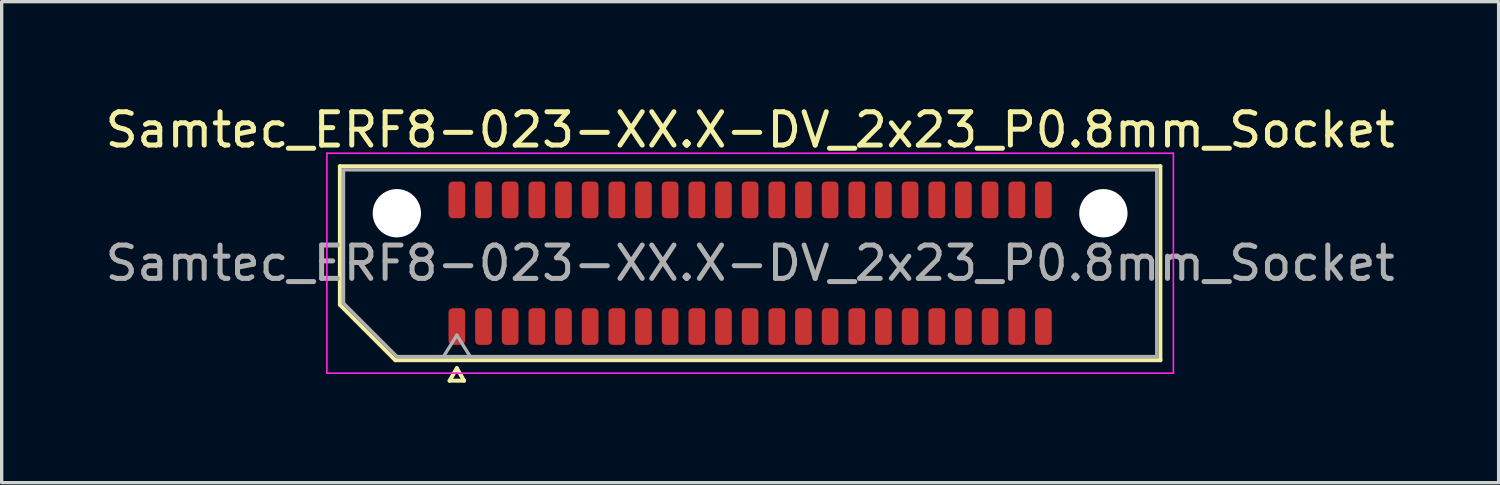
<source format=kicad_pcb>
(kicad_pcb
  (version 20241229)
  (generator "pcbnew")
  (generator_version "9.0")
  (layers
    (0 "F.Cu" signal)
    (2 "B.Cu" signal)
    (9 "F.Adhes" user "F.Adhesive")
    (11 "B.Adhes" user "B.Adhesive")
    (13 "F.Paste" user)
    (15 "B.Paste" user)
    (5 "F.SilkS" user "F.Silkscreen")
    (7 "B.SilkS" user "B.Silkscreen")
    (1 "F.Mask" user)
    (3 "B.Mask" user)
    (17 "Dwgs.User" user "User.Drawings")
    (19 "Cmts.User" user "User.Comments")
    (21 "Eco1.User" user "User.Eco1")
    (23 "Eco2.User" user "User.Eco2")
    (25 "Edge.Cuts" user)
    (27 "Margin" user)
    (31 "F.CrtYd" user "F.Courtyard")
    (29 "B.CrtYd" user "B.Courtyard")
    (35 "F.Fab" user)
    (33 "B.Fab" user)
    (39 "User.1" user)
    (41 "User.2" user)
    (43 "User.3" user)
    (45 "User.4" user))
  (footprint "Samtec_ERF8-023-XX.X-DV_2x23_P0.8mm_Socket"
    (layer "F.Cu")
    (at 19.458 4.848)
    (property "Reference" "Samtec_ERF8-023-XX.X-DV_2x23_P0.8mm_Socket" (at 0 -4 0) (layer "F.SilkS") (effects (font (size 1 1) (thickness 0.15))))
    (attr smd)
    (fp_line (start -12.31 -2.91) (end 12.31 -2.91) (stroke (width 0.12) (type solid)) (layer "F.SilkS"))
    (fp_line (start -12.31 1.246) (end -12.31 -2.91) (stroke (width 0.12) (type solid)) (layer "F.SilkS"))
    (fp_line (start -10.646 2.91) (end -12.31 1.246) (stroke (width 0.12) (type solid)) (layer "F.SilkS"))
    (fp_line (start -9.017 3.525) (end -8.8 3.15) (stroke (width 0.12) (type solid)) (layer "F.SilkS"))
    (fp_line (start -8.8 3.15) (end -8.583 3.525) (stroke (width 0.12) (type solid)) (layer "F.SilkS"))
    (fp_line (start -8.583 3.525) (end -9.017 3.525) (stroke (width 0.12) (type solid)) (layer "F.SilkS"))
    (fp_line (start 12.31 -2.91) (end 12.31 2.91) (stroke (width 0.12) (type solid)) (layer "F.SilkS"))
    (fp_line (start 12.31 2.91) (end -10.646 2.91) (stroke (width 0.12) (type solid)) (layer "F.SilkS"))
    (fp_line (start -12.7 -3.3) (end -12.7 3.3) (stroke (width 0.05) (type solid)) (layer "F.CrtYd"))
    (fp_line (start -12.7 3.3) (end 12.7 3.3) (stroke (width 0.05) (type solid)) (layer "F.CrtYd"))
    (fp_line (start 12.7 -3.3) (end -12.7 -3.3) (stroke (width 0.05) (type solid)) (layer "F.CrtYd"))
    (fp_line (start 12.7 3.3) (end 12.7 -3.3) (stroke (width 0.05) (type solid)) (layer "F.CrtYd"))
    (fp_line (start -12.2 -2.8) (end 12.2 -2.8) (stroke (width 0.1) (type solid)) (layer "F.Fab"))
    (fp_line (start -12.2 1.2) (end -12.2 -2.8) (stroke (width 0.1) (type solid)) (layer "F.Fab"))
    (fp_line (start -10.6 2.8) (end -12.2 1.2) (stroke (width 0.1) (type solid)) (layer "F.Fab"))
    (fp_line (start -9.2 2.8) (end -8.8 2.16) (stroke (width 0.1) (type solid)) (layer "F.Fab"))
    (fp_line (start -8.8 2.16) (end -8.4 2.8) (stroke (width 0.1) (type solid)) (layer "F.Fab"))
    (fp_line (start 12.2 -2.8) (end 12.2 2.8) (stroke (width 0.1) (type solid)) (layer "F.Fab"))
    (fp_line (start 12.2 2.8) (end -10.6 2.8) (stroke (width 0.1) (type solid)) (layer "F.Fab"))
    (fp_text user "${REFERENCE}" (at 0 0 0) (layer "F.Fab") (effects (font (size 1 1) (thickness 0.15))))
    (pad "" np_thru_hole circle (at -10.6 -1.5) (size 1.45 1.45) (drill 1.45) (layers "*.Cu" "*.Mask"))
    (pad "" np_thru_hole circle (at 10.6 -1.5) (size 1.45 1.45) (drill 1.45) (layers "*.Cu" "*.Mask"))
    (pad "1" smd roundrect (at -8.8 1.9) (size 0.5 1.1) (layers "F.Cu" "F.Mask" "F.Paste") (roundrect_rratio 0.25))
    (pad "2" smd roundrect (at -8.8 -1.9) (size 0.5 1.1) (layers "F.Cu" "F.Mask" "F.Paste") (roundrect_rratio 0.25))
    (pad "3" smd roundrect (at -8 1.9) (size 0.5 1.1) (layers "F.Cu" "F.Mask" "F.Paste") (roundrect_rratio 0.25))
    (pad "4" smd roundrect (at -8 -1.9) (size 0.5 1.1) (layers "F.Cu" "F.Mask" "F.Paste") (roundrect_rratio 0.25))
    (pad "5" smd roundrect (at -7.2 1.9) (size 0.5 1.1) (layers "F.Cu" "F.Mask" "F.Paste") (roundrect_rratio 0.25))
    (pad "6" smd roundrect (at -7.2 -1.9) (size 0.5 1.1) (layers "F.Cu" "F.Mask" "F.Paste") (roundrect_rratio 0.25))
    (pad "7" smd roundrect (at -6.4 1.9) (size 0.5 1.1) (layers "F.Cu" "F.Mask" "F.Paste") (roundrect_rratio 0.25))
    (pad "8" smd roundrect (at -6.4 -1.9) (size 0.5 1.1) (layers "F.Cu" "F.Mask" "F.Paste") (roundrect_rratio 0.25))
    (pad "9" smd roundrect (at -5.6 1.9) (size 0.5 1.1) (layers "F.Cu" "F.Mask" "F.Paste") (roundrect_rratio 0.25))
    (pad "10" smd roundrect (at -5.6 -1.9) (size 0.5 1.1) (layers "F.Cu" "F.Mask" "F.Paste") (roundrect_rratio 0.25))
    (pad "11" smd roundrect (at -4.8 1.9) (size 0.5 1.1) (layers "F.Cu" "F.Mask" "F.Paste") (roundrect_rratio 0.25))
    (pad "12" smd roundrect (at -4.8 -1.9) (size 0.5 1.1) (layers "F.Cu" "F.Mask" "F.Paste") (roundrect_rratio 0.25))
    (pad "13" smd roundrect (at -4 1.9) (size 0.5 1.1) (layers "F.Cu" "F.Mask" "F.Paste") (roundrect_rratio 0.25))
    (pad "14" smd roundrect (at -4 -1.9) (size 0.5 1.1) (layers "F.Cu" "F.Mask" "F.Paste") (roundrect_rratio 0.25))
    (pad "15" smd roundrect (at -3.2 1.9) (size 0.5 1.1) (layers "F.Cu" "F.Mask" "F.Paste") (roundrect_rratio 0.25))
    (pad "16" smd roundrect (at -3.2 -1.9) (size 0.5 1.1) (layers "F.Cu" "F.Mask" "F.Paste") (roundrect_rratio 0.25))
    (pad "17" smd roundrect (at -2.4 1.9) (size 0.5 1.1) (layers "F.Cu" "F.Mask" "F.Paste") (roundrect_rratio 0.25))
    (pad "18" smd roundrect (at -2.4 -1.9) (size 0.5 1.1) (layers "F.Cu" "F.Mask" "F.Paste") (roundrect_rratio 0.25))
    (pad "19" smd roundrect (at -1.6 1.9) (size 0.5 1.1) (layers "F.Cu" "F.Mask" "F.Paste") (roundrect_rratio 0.25))
    (pad "20" smd roundrect (at -1.6 -1.9) (size 0.5 1.1) (layers "F.Cu" "F.Mask" "F.Paste") (roundrect_rratio 0.25))
    (pad "21" smd roundrect (at -0.8 1.9) (size 0.5 1.1) (layers "F.Cu" "F.Mask" "F.Paste") (roundrect_rratio 0.25))
    (pad "22" smd roundrect (at -0.8 -1.9) (size 0.5 1.1) (layers "F.Cu" "F.Mask" "F.Paste") (roundrect_rratio 0.25))
    (pad "23" smd roundrect (at 0 1.9) (size 0.5 1.1) (layers "F.Cu" "F.Mask" "F.Paste") (roundrect_rratio 0.25))
    (pad "24" smd roundrect (at 0 -1.9) (size 0.5 1.1) (layers "F.Cu" "F.Mask" "F.Paste") (roundrect_rratio 0.25))
    (pad "25" smd roundrect (at 0.8 1.9) (size 0.5 1.1) (layers "F.Cu" "F.Mask" "F.Paste") (roundrect_rratio 0.25))
    (pad "26" smd roundrect (at 0.8 -1.9) (size 0.5 1.1) (layers "F.Cu" "F.Mask" "F.Paste") (roundrect_rratio 0.25))
    (pad "27" smd roundrect (at 1.6 1.9) (size 0.5 1.1) (layers "F.Cu" "F.Mask" "F.Paste") (roundrect_rratio 0.25))
    (pad "28" smd roundrect (at 1.6 -1.9) (size 0.5 1.1) (layers "F.Cu" "F.Mask" "F.Paste") (roundrect_rratio 0.25))
    (pad "29" smd roundrect (at 2.4 1.9) (size 0.5 1.1) (layers "F.Cu" "F.Mask" "F.Paste") (roundrect_rratio 0.25))
    (pad "30" smd roundrect (at 2.4 -1.9) (size 0.5 1.1) (layers "F.Cu" "F.Mask" "F.Paste") (roundrect_rratio 0.25))
    (pad "31" smd roundrect (at 3.2 1.9) (size 0.5 1.1) (layers "F.Cu" "F.Mask" "F.Paste") (roundrect_rratio 0.25))
    (pad "32" smd roundrect (at 3.2 -1.9) (size 0.5 1.1) (layers "F.Cu" "F.Mask" "F.Paste") (roundrect_rratio 0.25))
    (pad "33" smd roundrect (at 4 1.9) (size 0.5 1.1) (layers "F.Cu" "F.Mask" "F.Paste") (roundrect_rratio 0.25))
    (pad "34" smd roundrect (at 4 -1.9) (size 0.5 1.1) (layers "F.Cu" "F.Mask" "F.Paste") (roundrect_rratio 0.25))
    (pad "35" smd roundrect (at 4.8 1.9) (size 0.5 1.1) (layers "F.Cu" "F.Mask" "F.Paste") (roundrect_rratio 0.25))
    (pad "36" smd roundrect (at 4.8 -1.9) (size 0.5 1.1) (layers "F.Cu" "F.Mask" "F.Paste") (roundrect_rratio 0.25))
    (pad "37" smd roundrect (at 5.6 1.9) (size 0.5 1.1) (layers "F.Cu" "F.Mask" "F.Paste") (roundrect_rratio 0.25))
    (pad "38" smd roundrect (at 5.6 -1.9) (size 0.5 1.1) (layers "F.Cu" "F.Mask" "F.Paste") (roundrect_rratio 0.25))
    (pad "39" smd roundrect (at 6.4 1.9) (size 0.5 1.1) (layers "F.Cu" "F.Mask" "F.Paste") (roundrect_rratio 0.25))
    (pad "40" smd roundrect (at 6.4 -1.9) (size 0.5 1.1) (layers "F.Cu" "F.Mask" "F.Paste") (roundrect_rratio 0.25))
    (pad "41" smd roundrect (at 7.2 1.9) (size 0.5 1.1) (layers "F.Cu" "F.Mask" "F.Paste") (roundrect_rratio 0.25))
    (pad "42" smd roundrect (at 7.2 -1.9) (size 0.5 1.1) (layers "F.Cu" "F.Mask" "F.Paste") (roundrect_rratio 0.25))
    (pad "43" smd roundrect (at 8 1.9) (size 0.5 1.1) (layers "F.Cu" "F.Mask" "F.Paste") (roundrect_rratio 0.25))
    (pad "44" smd roundrect (at 8 -1.9) (size 0.5 1.1) (layers "F.Cu" "F.Mask" "F.Paste") (roundrect_rratio 0.25))
    (pad "45" smd roundrect (at 8.8 1.9) (size 0.5 1.1) (layers "F.Cu" "F.Mask" "F.Paste") (roundrect_rratio 0.25))
    (pad "46" smd roundrect (at 8.8 -1.9) (size 0.5 1.1) (layers "F.Cu" "F.Mask" "F.Paste") (roundrect_rratio 0.25)))
  (gr_rect
    (start -3 -3)
    (end 41.917 11.433)
    (stroke (width 0.1) (type default))
    (fill no)
    (layer "Edge.Cuts")))
</source>
